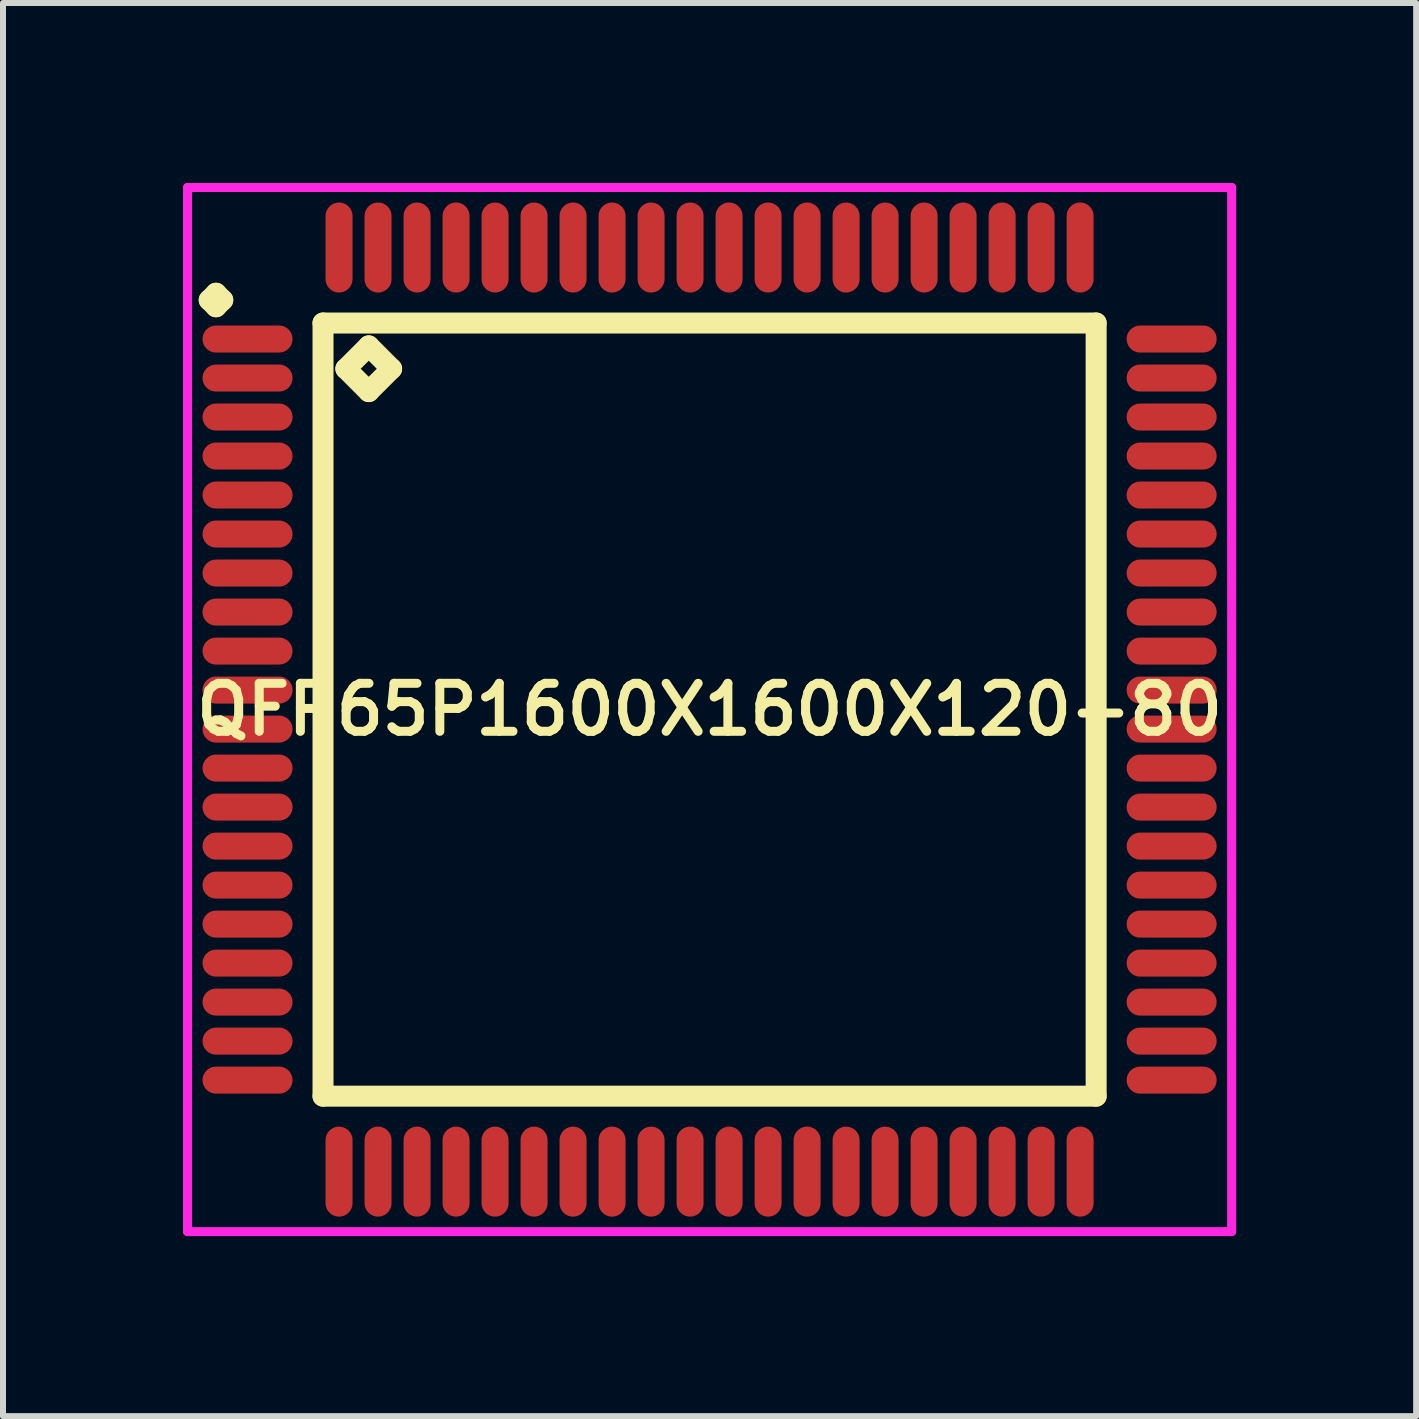
<source format=kicad_pcb>
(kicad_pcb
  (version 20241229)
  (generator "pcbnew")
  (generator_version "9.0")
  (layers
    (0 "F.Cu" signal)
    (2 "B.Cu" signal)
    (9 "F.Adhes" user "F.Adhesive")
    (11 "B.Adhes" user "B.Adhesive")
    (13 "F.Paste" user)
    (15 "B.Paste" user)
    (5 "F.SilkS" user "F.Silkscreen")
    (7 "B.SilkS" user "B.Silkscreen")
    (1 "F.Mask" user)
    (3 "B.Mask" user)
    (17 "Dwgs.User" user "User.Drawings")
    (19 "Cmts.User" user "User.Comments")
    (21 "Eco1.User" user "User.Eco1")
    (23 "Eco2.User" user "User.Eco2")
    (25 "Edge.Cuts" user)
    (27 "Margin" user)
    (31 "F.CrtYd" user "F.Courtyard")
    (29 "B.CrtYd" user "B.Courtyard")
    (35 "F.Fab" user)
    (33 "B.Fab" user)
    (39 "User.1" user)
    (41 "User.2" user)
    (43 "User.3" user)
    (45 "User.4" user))
  (footprint "QFP65P1600X1600X120-80"
    (layer "F.Cu")
    (at 8.775 8.775)
    (property "Reference" "QFP65P1600X1600X120-80" (at 0 0 0) (layer "F.SilkS") (effects (font (size 0.8 0.8) (thickness 0.15))))
    (attr smd)
    (fp_line (start -8.338 -6.825) (end -8.225 -6.938) (stroke (width 0.35) (type solid)) (layer "F.SilkS"))
    (fp_line (start -8.225 -6.938) (end -8.113 -6.825) (stroke (width 0.35) (type solid)) (layer "F.SilkS"))
    (fp_line (start -8.225 -6.713) (end -8.338 -6.825) (stroke (width 0.35) (type solid)) (layer "F.SilkS"))
    (fp_line (start -8.113 -6.825) (end -8.225 -6.713) (stroke (width 0.35) (type solid)) (layer "F.SilkS"))
    (fp_line (start -6.442 -6.442) (end -6.442 6.442) (stroke (width 0.35) (type solid)) (layer "F.SilkS"))
    (fp_line (start -6.442 6.442) (end 6.442 6.442) (stroke (width 0.35) (type solid)) (layer "F.SilkS"))
    (fp_line (start -6.061 -5.68) (end -5.68 -6.061) (stroke (width 0.35) (type solid)) (layer "F.SilkS"))
    (fp_line (start -5.68 -6.061) (end -5.299 -5.68) (stroke (width 0.35) (type solid)) (layer "F.SilkS"))
    (fp_line (start -5.68 -5.299) (end -6.061 -5.68) (stroke (width 0.35) (type solid)) (layer "F.SilkS"))
    (fp_line (start -5.299 -5.68) (end -5.68 -5.299) (stroke (width 0.35) (type solid)) (layer "F.SilkS"))
    (fp_line (start 6.442 -6.442) (end -6.442 -6.442) (stroke (width 0.35) (type solid)) (layer "F.SilkS"))
    (fp_line (start 6.442 6.442) (end 6.442 -6.442) (stroke (width 0.35) (type solid)) (layer "F.SilkS"))
    (fp_line (start -8.7 -8.7) (end 8.7 -8.7) (stroke (width 0.15) (type solid)) (layer "F.CrtYd"))
    (fp_line (start -8.7 8.7) (end -8.7 -8.7) (stroke (width 0.15) (type solid)) (layer "F.CrtYd"))
    (fp_line (start 8.7 -8.7) (end 8.7 8.7) (stroke (width 0.15) (type solid)) (layer "F.CrtYd"))
    (fp_line (start 8.7 8.7) (end -8.7 8.7) (stroke (width 0.15) (type solid)) (layer "F.CrtYd"))
    (pad "1" smd oval (at -7.7 -6.175) (size 1.5 0.45) (layers "F.Cu" "F.Mask" "F.Paste"))
    (pad "2" smd oval (at -7.7 -5.525) (size 1.5 0.45) (layers "F.Cu" "F.Mask" "F.Paste"))
    (pad "3" smd oval (at -7.7 -4.875) (size 1.5 0.45) (layers "F.Cu" "F.Mask" "F.Paste"))
    (pad "4" smd oval (at -7.7 -4.225) (size 1.5 0.45) (layers "F.Cu" "F.Mask" "F.Paste"))
    (pad "5" smd oval (at -7.7 -3.575) (size 1.5 0.45) (layers "F.Cu" "F.Mask" "F.Paste"))
    (pad "6" smd oval (at -7.7 -2.925) (size 1.5 0.45) (layers "F.Cu" "F.Mask" "F.Paste"))
    (pad "7" smd oval (at -7.7 -2.275) (size 1.5 0.45) (layers "F.Cu" "F.Mask" "F.Paste"))
    (pad "8" smd oval (at -7.7 -1.625) (size 1.5 0.45) (layers "F.Cu" "F.Mask" "F.Paste"))
    (pad "9" smd oval (at -7.7 -0.975) (size 1.5 0.45) (layers "F.Cu" "F.Mask" "F.Paste"))
    (pad "10" smd oval (at -7.7 -0.325) (size 1.5 0.45) (layers "F.Cu" "F.Mask" "F.Paste"))
    (pad "11" smd oval (at -7.7 0.325) (size 1.5 0.45) (layers "F.Cu" "F.Mask" "F.Paste"))
    (pad "12" smd oval (at -7.7 0.975) (size 1.5 0.45) (layers "F.Cu" "F.Mask" "F.Paste"))
    (pad "13" smd oval (at -7.7 1.625) (size 1.5 0.45) (layers "F.Cu" "F.Mask" "F.Paste"))
    (pad "14" smd oval (at -7.7 2.275) (size 1.5 0.45) (layers "F.Cu" "F.Mask" "F.Paste"))
    (pad "15" smd oval (at -7.7 2.925) (size 1.5 0.45) (layers "F.Cu" "F.Mask" "F.Paste"))
    (pad "16" smd oval (at -7.7 3.575) (size 1.5 0.45) (layers "F.Cu" "F.Mask" "F.Paste"))
    (pad "17" smd oval (at -7.7 4.225) (size 1.5 0.45) (layers "F.Cu" "F.Mask" "F.Paste"))
    (pad "18" smd oval (at -7.7 4.875) (size 1.5 0.45) (layers "F.Cu" "F.Mask" "F.Paste"))
    (pad "19" smd oval (at -7.7 5.525) (size 1.5 0.45) (layers "F.Cu" "F.Mask" "F.Paste"))
    (pad "20" smd oval (at -7.7 6.175) (size 1.5 0.45) (layers "F.Cu" "F.Mask" "F.Paste"))
    (pad "21" smd oval (at -6.175 7.7) (size 0.45 1.5) (layers "F.Cu" "F.Mask" "F.Paste"))
    (pad "22" smd oval (at -5.525 7.7) (size 0.45 1.5) (layers "F.Cu" "F.Mask" "F.Paste"))
    (pad "23" smd oval (at -4.875 7.7) (size 0.45 1.5) (layers "F.Cu" "F.Mask" "F.Paste"))
    (pad "24" smd oval (at -4.225 7.7) (size 0.45 1.5) (layers "F.Cu" "F.Mask" "F.Paste"))
    (pad "25" smd oval (at -3.575 7.7) (size 0.45 1.5) (layers "F.Cu" "F.Mask" "F.Paste"))
    (pad "26" smd oval (at -2.925 7.7) (size 0.45 1.5) (layers "F.Cu" "F.Mask" "F.Paste"))
    (pad "27" smd oval (at -2.275 7.7) (size 0.45 1.5) (layers "F.Cu" "F.Mask" "F.Paste"))
    (pad "28" smd oval (at -1.625 7.7) (size 0.45 1.5) (layers "F.Cu" "F.Mask" "F.Paste"))
    (pad "29" smd oval (at -0.975 7.7) (size 0.45 1.5) (layers "F.Cu" "F.Mask" "F.Paste"))
    (pad "30" smd oval (at -0.325 7.7) (size 0.45 1.5) (layers "F.Cu" "F.Mask" "F.Paste"))
    (pad "31" smd oval (at 0.325 7.7) (size 0.45 1.5) (layers "F.Cu" "F.Mask" "F.Paste"))
    (pad "32" smd oval (at 0.975 7.7) (size 0.45 1.5) (layers "F.Cu" "F.Mask" "F.Paste"))
    (pad "33" smd oval (at 1.625 7.7) (size 0.45 1.5) (layers "F.Cu" "F.Mask" "F.Paste"))
    (pad "34" smd oval (at 2.275 7.7) (size 0.45 1.5) (layers "F.Cu" "F.Mask" "F.Paste"))
    (pad "35" smd oval (at 2.925 7.7) (size 0.45 1.5) (layers "F.Cu" "F.Mask" "F.Paste"))
    (pad "36" smd oval (at 3.575 7.7) (size 0.45 1.5) (layers "F.Cu" "F.Mask" "F.Paste"))
    (pad "37" smd oval (at 4.225 7.7) (size 0.45 1.5) (layers "F.Cu" "F.Mask" "F.Paste"))
    (pad "38" smd oval (at 4.875 7.7) (size 0.45 1.5) (layers "F.Cu" "F.Mask" "F.Paste"))
    (pad "39" smd oval (at 5.525 7.7) (size 0.45 1.5) (layers "F.Cu" "F.Mask" "F.Paste"))
    (pad "40" smd oval (at 6.175 7.7) (size 0.45 1.5) (layers "F.Cu" "F.Mask" "F.Paste"))
    (pad "41" smd oval (at 7.7 6.175) (size 1.5 0.45) (layers "F.Cu" "F.Mask" "F.Paste"))
    (pad "42" smd oval (at 7.7 5.525) (size 1.5 0.45) (layers "F.Cu" "F.Mask" "F.Paste"))
    (pad "43" smd oval (at 7.7 4.875) (size 1.5 0.45) (layers "F.Cu" "F.Mask" "F.Paste"))
    (pad "44" smd oval (at 7.7 4.225) (size 1.5 0.45) (layers "F.Cu" "F.Mask" "F.Paste"))
    (pad "45" smd oval (at 7.7 3.575) (size 1.5 0.45) (layers "F.Cu" "F.Mask" "F.Paste"))
    (pad "46" smd oval (at 7.7 2.925) (size 1.5 0.45) (layers "F.Cu" "F.Mask" "F.Paste"))
    (pad "47" smd oval (at 7.7 2.275) (size 1.5 0.45) (layers "F.Cu" "F.Mask" "F.Paste"))
    (pad "48" smd oval (at 7.7 1.625) (size 1.5 0.45) (layers "F.Cu" "F.Mask" "F.Paste"))
    (pad "49" smd oval (at 7.7 0.975) (size 1.5 0.45) (layers "F.Cu" "F.Mask" "F.Paste"))
    (pad "50" smd oval (at 7.7 0.325) (size 1.5 0.45) (layers "F.Cu" "F.Mask" "F.Paste"))
    (pad "51" smd oval (at 7.7 -0.325) (size 1.5 0.45) (layers "F.Cu" "F.Mask" "F.Paste"))
    (pad "52" smd oval (at 7.7 -0.975) (size 1.5 0.45) (layers "F.Cu" "F.Mask" "F.Paste"))
    (pad "53" smd oval (at 7.7 -1.625) (size 1.5 0.45) (layers "F.Cu" "F.Mask" "F.Paste"))
    (pad "54" smd oval (at 7.7 -2.275) (size 1.5 0.45) (layers "F.Cu" "F.Mask" "F.Paste"))
    (pad "55" smd oval (at 7.7 -2.925) (size 1.5 0.45) (layers "F.Cu" "F.Mask" "F.Paste"))
    (pad "56" smd oval (at 7.7 -3.575) (size 1.5 0.45) (layers "F.Cu" "F.Mask" "F.Paste"))
    (pad "57" smd oval (at 7.7 -4.225) (size 1.5 0.45) (layers "F.Cu" "F.Mask" "F.Paste"))
    (pad "58" smd oval (at 7.7 -4.875) (size 1.5 0.45) (layers "F.Cu" "F.Mask" "F.Paste"))
    (pad "59" smd oval (at 7.7 -5.525) (size 1.5 0.45) (layers "F.Cu" "F.Mask" "F.Paste"))
    (pad "60" smd oval (at 7.7 -6.175) (size 1.5 0.45) (layers "F.Cu" "F.Mask" "F.Paste"))
    (pad "61" smd oval (at 6.175 -7.7) (size 0.45 1.5) (layers "F.Cu" "F.Mask" "F.Paste"))
    (pad "62" smd oval (at 5.525 -7.7) (size 0.45 1.5) (layers "F.Cu" "F.Mask" "F.Paste"))
    (pad "63" smd oval (at 4.875 -7.7) (size 0.45 1.5) (layers "F.Cu" "F.Mask" "F.Paste"))
    (pad "64" smd oval (at 4.225 -7.7) (size 0.45 1.5) (layers "F.Cu" "F.Mask" "F.Paste"))
    (pad "65" smd oval (at 3.575 -7.7) (size 0.45 1.5) (layers "F.Cu" "F.Mask" "F.Paste"))
    (pad "66" smd oval (at 2.925 -7.7) (size 0.45 1.5) (layers "F.Cu" "F.Mask" "F.Paste"))
    (pad "67" smd oval (at 2.275 -7.7) (size 0.45 1.5) (layers "F.Cu" "F.Mask" "F.Paste"))
    (pad "68" smd oval (at 1.625 -7.7) (size 0.45 1.5) (layers "F.Cu" "F.Mask" "F.Paste"))
    (pad "69" smd oval (at 0.975 -7.7) (size 0.45 1.5) (layers "F.Cu" "F.Mask" "F.Paste"))
    (pad "70" smd oval (at 0.325 -7.7) (size 0.45 1.5) (layers "F.Cu" "F.Mask" "F.Paste"))
    (pad "71" smd oval (at -0.325 -7.7) (size 0.45 1.5) (layers "F.Cu" "F.Mask" "F.Paste"))
    (pad "72" smd oval (at -0.975 -7.7) (size 0.45 1.5) (layers "F.Cu" "F.Mask" "F.Paste"))
    (pad "73" smd oval (at -1.625 -7.7) (size 0.45 1.5) (layers "F.Cu" "F.Mask" "F.Paste"))
    (pad "74" smd oval (at -2.275 -7.7) (size 0.45 1.5) (layers "F.Cu" "F.Mask" "F.Paste"))
    (pad "75" smd oval (at -2.925 -7.7) (size 0.45 1.5) (layers "F.Cu" "F.Mask" "F.Paste"))
    (pad "76" smd oval (at -3.575 -7.7) (size 0.45 1.5) (layers "F.Cu" "F.Mask" "F.Paste"))
    (pad "77" smd oval (at -4.225 -7.7) (size 0.45 1.5) (layers "F.Cu" "F.Mask" "F.Paste"))
    (pad "78" smd oval (at -4.875 -7.7) (size 0.45 1.5) (layers "F.Cu" "F.Mask" "F.Paste"))
    (pad "79" smd oval (at -5.525 -7.7) (size 0.45 1.5) (layers "F.Cu" "F.Mask" "F.Paste"))
    (pad "80" smd oval (at -6.175 -7.7) (size 0.45 1.5) (layers "F.Cu" "F.Mask" "F.Paste")))
  (gr_rect
    (start -3 -3)
    (end 20.55 20.55)
    (stroke (width 0.1) (type default))
    (fill no)
    (layer "Edge.Cuts")))
</source>
